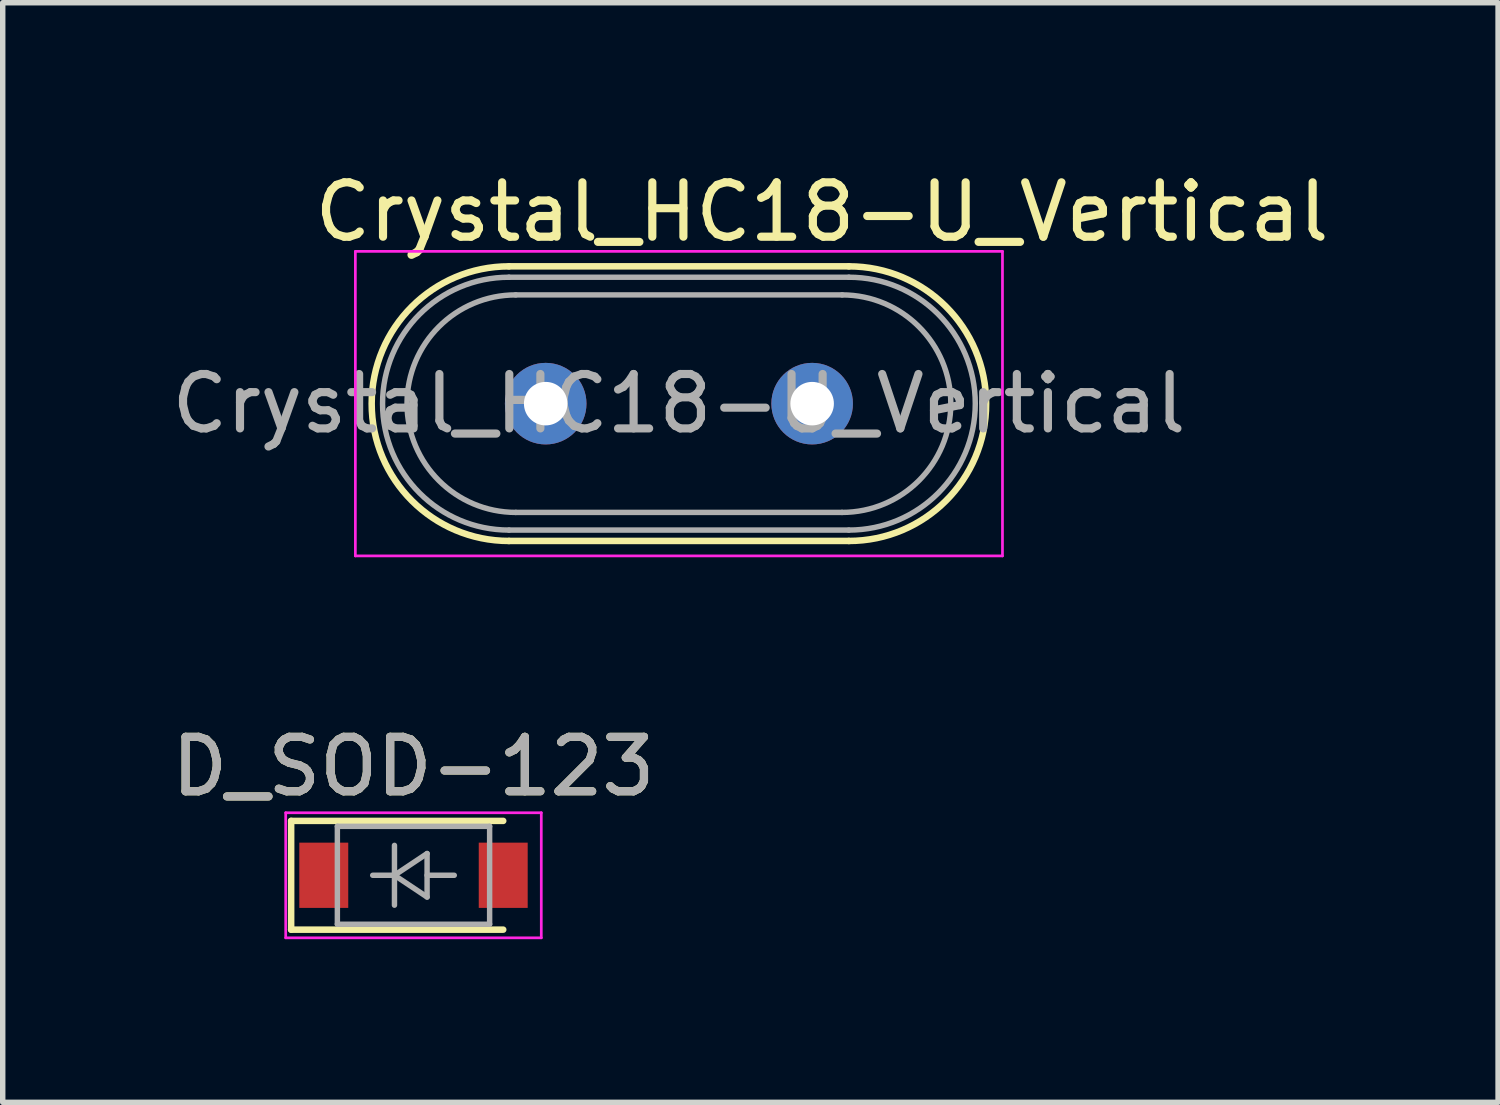
<source format=kicad_pcb>
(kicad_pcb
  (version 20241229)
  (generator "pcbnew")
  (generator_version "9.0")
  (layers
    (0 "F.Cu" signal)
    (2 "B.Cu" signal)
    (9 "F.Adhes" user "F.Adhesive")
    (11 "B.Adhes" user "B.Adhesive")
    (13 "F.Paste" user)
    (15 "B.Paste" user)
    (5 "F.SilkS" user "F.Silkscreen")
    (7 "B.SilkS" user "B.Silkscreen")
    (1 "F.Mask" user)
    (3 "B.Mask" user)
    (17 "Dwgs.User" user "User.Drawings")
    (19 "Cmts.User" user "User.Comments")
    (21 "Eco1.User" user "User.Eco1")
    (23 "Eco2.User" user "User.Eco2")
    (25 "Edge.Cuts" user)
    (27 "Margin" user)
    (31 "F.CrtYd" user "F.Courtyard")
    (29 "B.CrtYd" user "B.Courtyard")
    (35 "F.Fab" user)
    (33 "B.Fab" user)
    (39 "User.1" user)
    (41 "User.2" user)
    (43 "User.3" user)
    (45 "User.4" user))
  (footprint "D_SOD-123"
    (layer "F.Cu")
    (at 4.554 13.046)
    (property "Reference" "D_SOD-123" (at 0 -2 0) (layer "F.SilkS") (effects (font (size 1 1) (thickness 0.15))))
    (attr smd)
    (fp_line (start -2.25 -1) (end -2.25 1) (stroke (width 0.12) (type solid)) (layer "F.SilkS"))
    (fp_line (start -2.25 -1) (end 1.65 -1) (stroke (width 0.12) (type solid)) (layer "F.SilkS"))
    (fp_line (start -2.25 1) (end 1.65 1) (stroke (width 0.12) (type solid)) (layer "F.SilkS"))
    (fp_line (start -2.35 -1.15) (end -2.35 1.15) (stroke (width 0.05) (type solid)) (layer "F.CrtYd"))
    (fp_line (start -2.35 -1.15) (end 2.35 -1.15) (stroke (width 0.05) (type solid)) (layer "F.CrtYd"))
    (fp_line (start 2.35 -1.15) (end 2.35 1.15) (stroke (width 0.05) (type solid)) (layer "F.CrtYd"))
    (fp_line (start 2.35 1.15) (end -2.35 1.15) (stroke (width 0.05) (type solid)) (layer "F.CrtYd"))
    (fp_line (start -1.4 -0.9) (end 1.4 -0.9) (stroke (width 0.1) (type solid)) (layer "F.Fab"))
    (fp_line (start -1.4 0.9) (end -1.4 -0.9) (stroke (width 0.1) (type solid)) (layer "F.Fab"))
    (fp_line (start -0.75 0) (end -0.35 0) (stroke (width 0.1) (type solid)) (layer "F.Fab"))
    (fp_line (start -0.35 0) (end -0.35 -0.55) (stroke (width 0.1) (type solid)) (layer "F.Fab"))
    (fp_line (start -0.35 0) (end -0.35 0.55) (stroke (width 0.1) (type solid)) (layer "F.Fab"))
    (fp_line (start -0.35 0) (end 0.25 -0.4) (stroke (width 0.1) (type solid)) (layer "F.Fab"))
    (fp_line (start 0.25 -0.4) (end 0.25 0.4) (stroke (width 0.1) (type solid)) (layer "F.Fab"))
    (fp_line (start 0.25 0) (end 0.75 0) (stroke (width 0.1) (type solid)) (layer "F.Fab"))
    (fp_line (start 0.25 0.4) (end -0.35 0) (stroke (width 0.1) (type solid)) (layer "F.Fab"))
    (fp_line (start 1.4 -0.9) (end 1.4 0.9) (stroke (width 0.1) (type solid)) (layer "F.Fab"))
    (fp_line (start 1.4 0.9) (end -1.4 0.9) (stroke (width 0.1) (type solid)) (layer "F.Fab"))
    (fp_text user "${REFERENCE}" (at 0 -2 0) (layer "F.Fab") (effects (font (size 1 1) (thickness 0.15))))
    (pad "1" smd rect (at -1.65 0) (size 0.9 1.2) (layers "F.Cu" "F.Mask" "F.Paste"))
    (pad "2" smd rect (at 1.65 0) (size 0.9 1.2) (layers "F.Cu" "F.Mask" "F.Paste")))
  (footprint "Crystal_HC18-U_Vertical"
    (layer "F.Cu")
    (at 6.985 4.373)
    (property "Reference" "Crystal_HC18-U_Vertical" (at 5.08 -3.525 0) (layer "F.SilkS") (effects (font (size 1 1) (thickness 0.15))))
    (attr through_hole)
    (fp_line (start -0.675 -2.525) (end 5.575 -2.525) (stroke (width 0.12) (type solid)) (layer "F.SilkS"))
    (fp_line (start -0.675 2.525) (end 5.575 2.525) (stroke (width 0.12) (type solid)) (layer "F.SilkS"))
    (fp_arc (start -0.675 2.525) (mid -3.2 0) (end -0.675 -2.525) (stroke (width 0.12) (type solid)) (layer "F.SilkS"))
    (fp_arc (start 5.575 -2.525) (mid 8.1 0) (end 5.575 2.525) (stroke (width 0.12) (type solid)) (layer "F.SilkS"))
    (fp_line (start -3.5 -2.8) (end -3.5 2.8) (stroke (width 0.05) (type solid)) (layer "F.CrtYd"))
    (fp_line (start -3.5 2.8) (end 8.4 2.8) (stroke (width 0.05) (type solid)) (layer "F.CrtYd"))
    (fp_line (start 8.4 -2.8) (end -3.5 -2.8) (stroke (width 0.05) (type solid)) (layer "F.CrtYd"))
    (fp_line (start 8.4 2.8) (end 8.4 -2.8) (stroke (width 0.05) (type solid)) (layer "F.CrtYd"))
    (fp_line (start -0.675 -2.325) (end 5.575 -2.325) (stroke (width 0.1) (type solid)) (layer "F.Fab"))
    (fp_line (start -0.675 2.325) (end 5.575 2.325) (stroke (width 0.1) (type solid)) (layer "F.Fab"))
    (fp_line (start -0.55 -2) (end 5.45 -2) (stroke (width 0.1) (type solid)) (layer "F.Fab"))
    (fp_line (start -0.55 2) (end 5.45 2) (stroke (width 0.1) (type solid)) (layer "F.Fab"))
    (fp_arc (start -0.675 2.325) (mid -3 0) (end -0.675 -2.325) (stroke (width 0.1) (type solid)) (layer "F.Fab"))
    (fp_arc (start -0.55 2) (mid -2.55 0) (end -0.55 -2) (stroke (width 0.1) (type solid)) (layer "F.Fab"))
    (fp_arc (start 5.45 -2) (mid 7.45 0) (end 5.45 2) (stroke (width 0.1) (type solid)) (layer "F.Fab"))
    (fp_arc (start 5.575 -2.325) (mid 7.9 0) (end 5.575 2.325) (stroke (width 0.1) (type solid)) (layer "F.Fab"))
    (fp_text user "${REFERENCE}" (at 2.45 0 0) (layer "F.Fab") (effects (font (size 1 1) (thickness 0.15))))
    (pad "1" thru_hole circle (at 0 0) (size 1.5 1.5) (drill 0.8) (layers "*.Cu" "*.Mask"))
    (pad "2" thru_hole circle (at 4.9 0) (size 1.5 1.5) (drill 0.8) (layers "*.Cu" "*.Mask")))
  (gr_rect
    (start -3 -3)
    (end 24.499 17.221)
    (stroke (width 0.1) (type default))
    (fill no)
    (layer "Edge.Cuts")))
</source>
